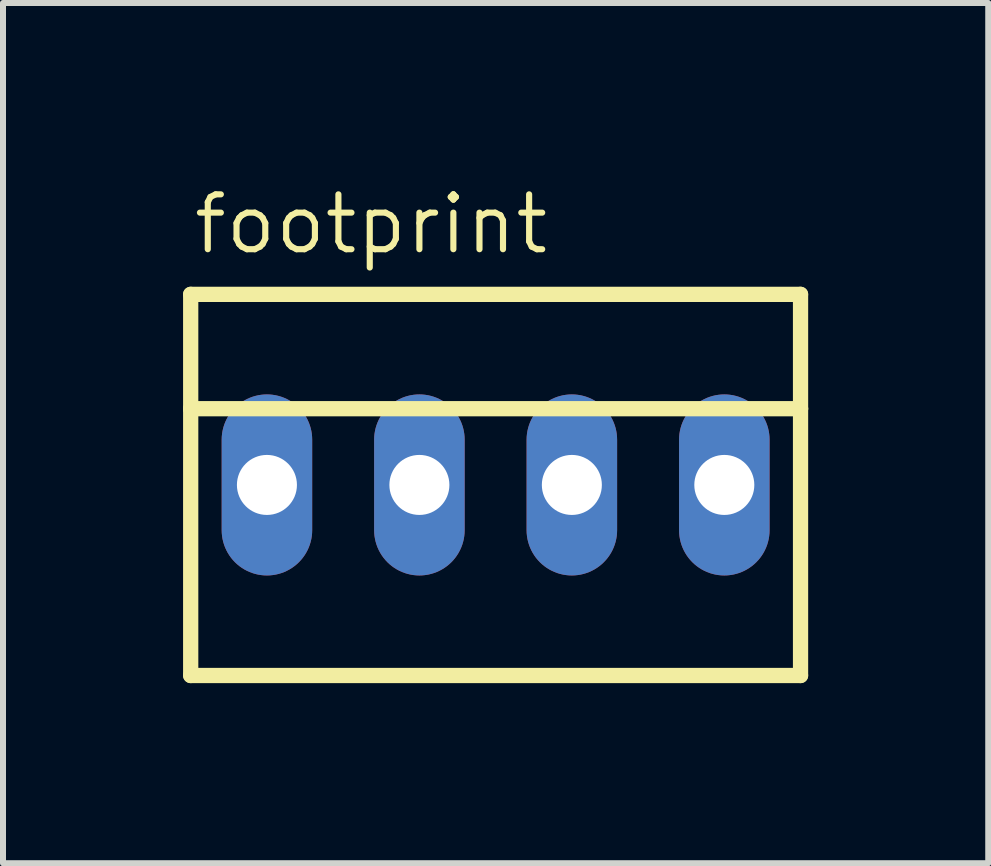
<source format=kicad_pcb>
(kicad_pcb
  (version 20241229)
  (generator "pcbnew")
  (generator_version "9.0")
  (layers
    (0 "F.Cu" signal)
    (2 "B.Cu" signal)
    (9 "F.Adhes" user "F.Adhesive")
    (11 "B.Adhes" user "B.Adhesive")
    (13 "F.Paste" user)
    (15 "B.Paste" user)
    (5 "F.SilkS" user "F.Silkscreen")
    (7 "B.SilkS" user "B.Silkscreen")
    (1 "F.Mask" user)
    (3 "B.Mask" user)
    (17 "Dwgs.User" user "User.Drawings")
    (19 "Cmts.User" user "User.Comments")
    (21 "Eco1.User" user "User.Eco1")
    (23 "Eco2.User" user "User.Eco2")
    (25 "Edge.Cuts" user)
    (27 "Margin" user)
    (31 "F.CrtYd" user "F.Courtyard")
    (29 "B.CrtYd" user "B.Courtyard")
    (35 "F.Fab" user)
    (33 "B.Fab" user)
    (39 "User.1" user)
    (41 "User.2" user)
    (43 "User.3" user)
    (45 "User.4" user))
  (footprint "footprint"
    (layer "F.Cu")
    (at 5.207 5.029)
    (property "Reference" "footprint" (at -5.08 -3.81 0) (layer "F.SilkS") (effects (font (size 0.914 0.914) (thickness 0.102)) (justify left bottom)))
    (fp_line (start -5.08 -3.175) (end 5.08 -3.175) (stroke (width 0.254) (type solid)) (layer "F.SilkS"))
    (fp_line (start -5.08 -1.27) (end -5.08 -3.175) (stroke (width 0.254) (type solid)) (layer "F.SilkS"))
    (fp_line (start -5.08 -1.27) (end 5.08 -1.27) (stroke (width 0.254) (type solid)) (layer "F.SilkS"))
    (fp_line (start -5.08 3.175) (end -5.08 -1.27) (stroke (width 0.254) (type solid)) (layer "F.SilkS"))
    (fp_line (start 5.08 -3.175) (end 5.08 -1.27) (stroke (width 0.254) (type solid)) (layer "F.SilkS"))
    (fp_line (start 5.08 -1.27) (end 5.08 3.175) (stroke (width 0.254) (type solid)) (layer "F.SilkS"))
    (fp_line (start 5.08 3.175) (end -5.08 3.175) (stroke (width 0.254) (type solid)) (layer "F.SilkS"))
    (pad "1" thru_hole oval (at -3.81 0 90) (size 3.016 1.508) (drill 1) (layers "*.Cu" "*.Mask"))
    (pad "2" thru_hole oval (at -1.27 0 90) (size 3.016 1.508) (drill 1) (layers "*.Cu" "*.Mask"))
    (pad "3" thru_hole oval (at 1.27 0 90) (size 3.016 1.508) (drill 1) (layers "*.Cu" "*.Mask"))
    (pad "4" thru_hole oval (at 3.81 0 90) (size 3.016 1.508) (drill 1) (layers "*.Cu" "*.Mask")))
  (gr_rect
    (start -3 -3)
    (end 13.414 11.331)
    (stroke (width 0.1) (type default))
    (fill no)
    (layer "Edge.Cuts")))
</source>
